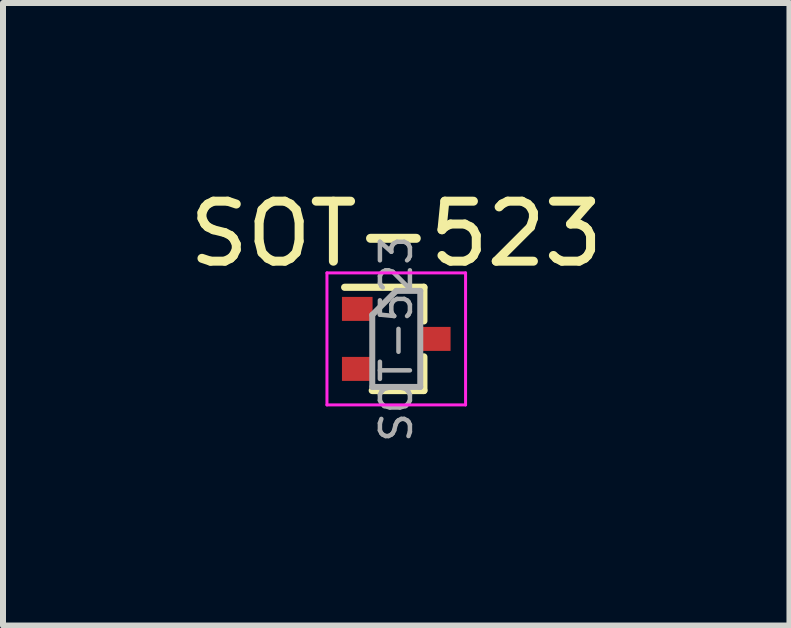
<source format=kicad_pcb>
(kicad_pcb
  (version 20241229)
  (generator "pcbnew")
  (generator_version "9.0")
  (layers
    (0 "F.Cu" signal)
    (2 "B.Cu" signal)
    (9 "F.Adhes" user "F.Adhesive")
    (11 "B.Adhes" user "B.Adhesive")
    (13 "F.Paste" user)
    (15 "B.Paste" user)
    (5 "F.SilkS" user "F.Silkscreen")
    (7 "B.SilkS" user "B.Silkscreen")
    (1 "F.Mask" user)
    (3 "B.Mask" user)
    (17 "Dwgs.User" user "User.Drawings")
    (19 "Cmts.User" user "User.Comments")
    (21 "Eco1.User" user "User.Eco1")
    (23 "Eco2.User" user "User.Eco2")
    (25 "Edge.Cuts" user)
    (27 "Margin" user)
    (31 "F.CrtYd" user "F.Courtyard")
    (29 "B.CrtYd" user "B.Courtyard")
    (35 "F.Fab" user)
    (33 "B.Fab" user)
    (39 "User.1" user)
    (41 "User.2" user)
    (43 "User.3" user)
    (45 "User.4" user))
  (footprint "SOT-523"
    (layer "F.Cu")
    (at 3.554 2.598)
    (property "Reference" "SOT-523" (at 0 -1.75 0) (layer "F.SilkS") (effects (font (size 1 1) (thickness 0.15))))
    (attr smd)
    (fp_line (start 0.46 -0.86) (end -0.86 -0.86) (stroke (width 0.12) (type solid)) (layer "F.SilkS"))
    (fp_line (start 0.46 -0.86) (end 0.46 -0.3) (stroke (width 0.12) (type solid)) (layer "F.SilkS"))
    (fp_line (start 0.46 0.86) (end -0.4 0.86) (stroke (width 0.12) (type solid)) (layer "F.SilkS"))
    (fp_line (start 0.46 0.86) (end 0.46 0.3) (stroke (width 0.12) (type solid)) (layer "F.SilkS"))
    (fp_line (start -1.155 -1.1) (end 1.155 -1.1) (stroke (width 0.05) (type solid)) (layer "F.CrtYd"))
    (fp_line (start -1.155 1.1) (end -1.155 -1.1) (stroke (width 0.05) (type solid)) (layer "F.CrtYd"))
    (fp_line (start 1.155 -1.1) (end 1.155 1.1) (stroke (width 0.05) (type solid)) (layer "F.CrtYd"))
    (fp_line (start 1.155 1.1) (end -1.155 1.1) (stroke (width 0.05) (type solid)) (layer "F.CrtYd"))
    (fp_line (start -0.4 -0.4) (end -0.4 0.8) (stroke (width 0.1) (type solid)) (layer "F.Fab"))
    (fp_line (start -0.4 -0.4) (end 0 -0.8) (stroke (width 0.1) (type solid)) (layer "F.Fab"))
    (fp_line (start -0.4 0.8) (end 0.4 0.8) (stroke (width 0.1) (type solid)) (layer "F.Fab"))
    (fp_line (start 0 -0.8) (end 0.4 -0.8) (stroke (width 0.1) (type solid)) (layer "F.Fab"))
    (fp_line (start 0.4 -0.8) (end 0.4 0.8) (stroke (width 0.1) (type solid)) (layer "F.Fab"))
    (fp_text user "${REFERENCE}" (at 0 0 90) (layer "F.Fab") (effects (font (size 0.5 0.5) (thickness 0.075))))
    (pad "1" smd rect (at -0.65 -0.5 180) (size 0.51 0.4) (layers "F.Cu" "F.Mask" "F.Paste"))
    (pad "2" smd rect (at -0.65 0.5 180) (size 0.51 0.4) (layers "F.Cu" "F.Mask" "F.Paste"))
    (pad "3" smd rect (at 0.65 0 180) (size 0.51 0.4) (layers "F.Cu" "F.Mask" "F.Paste")))
  (gr_rect
    (start -3 -3)
    (end 10.107 7.375)
    (stroke (width 0.1) (type default))
    (fill no)
    (layer "Edge.Cuts")))
</source>
